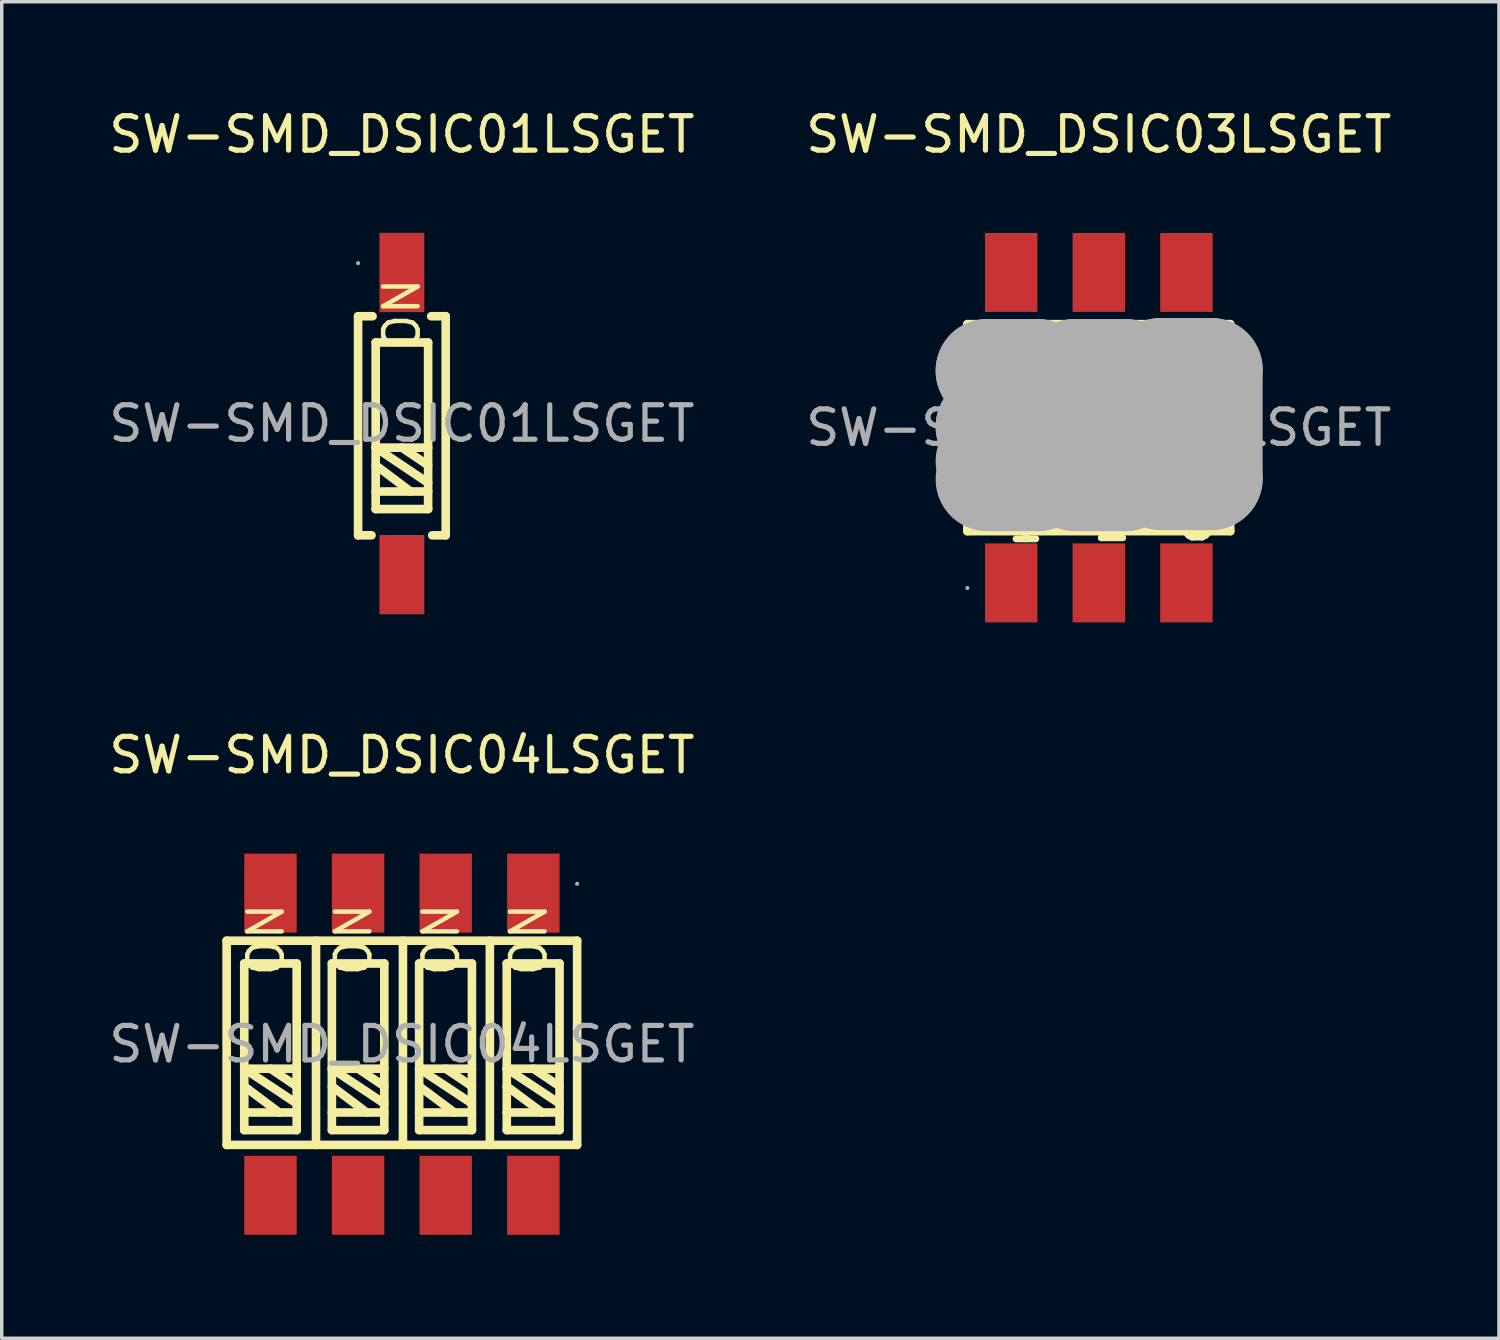
<source format=kicad_pcb>
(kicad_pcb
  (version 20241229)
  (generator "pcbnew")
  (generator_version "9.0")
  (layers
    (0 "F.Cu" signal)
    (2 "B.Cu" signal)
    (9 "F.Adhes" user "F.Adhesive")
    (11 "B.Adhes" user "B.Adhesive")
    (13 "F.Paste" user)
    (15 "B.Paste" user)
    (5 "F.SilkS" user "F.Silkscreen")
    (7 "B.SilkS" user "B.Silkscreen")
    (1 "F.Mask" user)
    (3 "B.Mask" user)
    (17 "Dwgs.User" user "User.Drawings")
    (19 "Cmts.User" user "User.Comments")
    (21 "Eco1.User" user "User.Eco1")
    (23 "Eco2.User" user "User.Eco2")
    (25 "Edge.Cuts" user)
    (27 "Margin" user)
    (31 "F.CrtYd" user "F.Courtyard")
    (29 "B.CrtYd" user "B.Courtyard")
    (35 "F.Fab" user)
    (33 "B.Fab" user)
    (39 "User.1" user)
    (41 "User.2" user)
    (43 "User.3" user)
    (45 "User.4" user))
  (footprint "SW-SMD_DSIC03LSGET"
    (layer "F.Cu")
    (at 28.804 9.348)
    (property "Reference" "SW-SMD_DSIC03LSGET" (at 0 -8.5 0) (layer "F.SilkS") (effects (font (size 1 1) (thickness 0.15))))
    (attr through_hole)
    (fp_line (start -3.81 -3) (end 3.81 -3) (stroke (width 0.25) (type solid)) (layer "F.SilkS"))
    (fp_line (start -3.81 3) (end -3.81 -3) (stroke (width 0.25) (type solid)) (layer "F.SilkS"))
    (fp_line (start -3.81 3) (end 3.81 3) (stroke (width 0.25) (type solid)) (layer "F.SilkS"))
    (fp_line (start 3.81 3) (end 3.81 -3) (stroke (width 0.25) (type solid)) (layer "F.SilkS"))
    (fp_line (start -3.23 -1.65) (end -3.23 -1.65) (stroke (width 3) (type solid)) (layer "F.Fab"))
    (fp_line (start -3.23 -1.65) (end -1.78 -1.65) (stroke (width 3) (type solid)) (layer "F.Fab"))
    (fp_line (start -3.23 -0.03) (end -3.23 -0.03) (stroke (width 3) (type solid)) (layer "F.Fab"))
    (fp_line (start -3.23 -0.03) (end -1.8 -0.03) (stroke (width 3) (type solid)) (layer "F.Fab"))
    (fp_line (start -1.8 -0.03) (end -1.8 0.97) (stroke (width 3) (type solid)) (layer "F.Fab"))
    (fp_line (start -1.8 0.97) (end -3.23 0.97) (stroke (width 3) (type solid)) (layer "F.Fab"))
    (fp_line (start -1.78 -1.65) (end -1.78 1.5) (stroke (width 3) (type solid)) (layer "F.Fab"))
    (fp_line (start -1.78 1.5) (end -3.23 1.5) (stroke (width 3) (type solid)) (layer "F.Fab"))
    (fp_line (start -0.69 -1.65) (end -0.69 -1.65) (stroke (width 3) (type solid)) (layer "F.Fab"))
    (fp_line (start -0.69 -1.65) (end 0.76 -1.65) (stroke (width 3) (type solid)) (layer "F.Fab"))
    (fp_line (start -0.69 -0.03) (end -0.69 -0.03) (stroke (width 3) (type solid)) (layer "F.Fab"))
    (fp_line (start -0.69 -0.03) (end 0.74 -0.03) (stroke (width 3) (type solid)) (layer "F.Fab"))
    (fp_line (start 0.74 -0.03) (end 0.74 0.97) (stroke (width 3) (type solid)) (layer "F.Fab"))
    (fp_line (start 0.74 0.97) (end -0.69 0.97) (stroke (width 3) (type solid)) (layer "F.Fab"))
    (fp_line (start 0.76 -1.65) (end 0.76 1.5) (stroke (width 3) (type solid)) (layer "F.Fab"))
    (fp_line (start 0.76 1.5) (end -0.69 1.5) (stroke (width 3) (type solid)) (layer "F.Fab"))
    (fp_line (start 1.8 -1.68) (end 1.8 -1.68) (stroke (width 3) (type solid)) (layer "F.Fab"))
    (fp_line (start 1.8 -1.68) (end 3.25 -1.68) (stroke (width 3) (type solid)) (layer "F.Fab"))
    (fp_line (start 1.8 -0.05) (end 1.8 -0.05) (stroke (width 3) (type solid)) (layer "F.Fab"))
    (fp_line (start 1.8 -0.05) (end 3.23 -0.05) (stroke (width 3) (type solid)) (layer "F.Fab"))
    (fp_line (start 3.23 -0.05) (end 3.23 0.94) (stroke (width 3) (type solid)) (layer "F.Fab"))
    (fp_line (start 3.23 0.94) (end 1.8 0.94) (stroke (width 3) (type solid)) (layer "F.Fab"))
    (fp_line (start 3.25 -1.68) (end 3.25 1.47) (stroke (width 3) (type solid)) (layer "F.Fab"))
    (fp_line (start 3.25 1.47) (end 1.8 1.47) (stroke (width 3) (type solid)) (layer "F.Fab"))
    (fp_circle (center -3.81 4.65) (end -3.78 4.65) (stroke (width 0.06) (type solid)) (fill no) (layer "F.Fab"))
    (fp_text user "1" (at -2.72 2.77 0) (layer "F.SilkS") (effects (font (size 1 1) (thickness 0.2)) (justify left)))
    (fp_text user "ON" (at -3.53 -2.34 0) (layer "F.SilkS") (effects (font (size 1 1) (thickness 0.13)) (justify left)))
    (fp_text user "3" (at 2.29 2.72 0) (layer "F.SilkS") (effects (font (size 1 1) (thickness 0.2)) (justify left)))
    (fp_text user "2" (at -0.2 2.74 0) (layer "F.SilkS") (effects (font (size 1 1) (thickness 0.2)) (justify left)))
    (fp_text user "${REFERENCE}" (at 0 0 0) (layer "F.Fab") (effects (font (size 1 1) (thickness 0.15))))
    (pad "1" smd rect (at -2.54 4.5 90) (size 2.29 1.52) (layers "F.Cu" "F.Mask" "F.Paste"))
    (pad "2" smd rect (at 0 4.5 90) (size 2.29 1.52) (layers "F.Cu" "F.Mask" "F.Paste"))
    (pad "3" smd rect (at 2.54 4.5 90) (size 2.29 1.52) (layers "F.Cu" "F.Mask" "F.Paste"))
    (pad "4" smd rect (at 2.54 -4.5 90) (size 2.29 1.52) (layers "F.Cu" "F.Mask" "F.Paste"))
    (pad "5" smd rect (at 0 -4.5 90) (size 2.29 1.52) (layers "F.Cu" "F.Mask" "F.Paste"))
    (pad "6" smd rect (at -2.54 -4.5 90) (size 2.29 1.52) (layers "F.Cu" "F.Mask" "F.Paste")))
  (footprint "SW-SMD_DSIC04LSGET"
    (layer "F.Cu")
    (at 8.601 27.221)
    (property "Reference" "SW-SMD_DSIC04LSGET" (at 0 -8.38 0) (layer "F.SilkS") (effects (font (size 1 1) (thickness 0.15))))
    (attr through_hole)
    (fp_line (start -5.08 -3) (end -5.08 2.92) (stroke (width 0.25) (type solid)) (layer "F.SilkS"))
    (fp_line (start -5.08 -3) (end 5.08 -3) (stroke (width 0.25) (type solid)) (layer "F.SilkS"))
    (fp_line (start -5.08 2.92) (end 5.08 2.92) (stroke (width 0.25) (type solid)) (layer "F.SilkS"))
    (fp_line (start -4.57 -2.34) (end -3.05 -2.34) (stroke (width 0.25) (type solid)) (layer "F.SilkS"))
    (fp_line (start -4.57 0.71) (end -3.05 0.71) (stroke (width 0.25) (type solid)) (layer "F.SilkS"))
    (fp_line (start -4.57 1.22) (end -3.56 1.98) (stroke (width 0.25) (type solid)) (layer "F.SilkS"))
    (fp_line (start -4.57 1.98) (end -3.05 1.98) (stroke (width 0.25) (type solid)) (layer "F.SilkS"))
    (fp_line (start -4.57 2.49) (end -4.57 -2.34) (stroke (width 0.25) (type solid)) (layer "F.SilkS"))
    (fp_line (start -3.81 0.71) (end -3.05 1.22) (stroke (width 0.25) (type solid)) (layer "F.SilkS"))
    (fp_line (start -3.05 -2.34) (end -3.05 2.49) (stroke (width 0.25) (type solid)) (layer "F.SilkS"))
    (fp_line (start -3.05 1.72) (end -4.57 0.71) (stroke (width 0.25) (type solid)) (layer "F.SilkS"))
    (fp_line (start -3.05 2.49) (end -4.57 2.49) (stroke (width 0.25) (type solid)) (layer "F.SilkS"))
    (fp_line (start -2.49 2.92) (end -2.49 -3) (stroke (width 0.25) (type solid)) (layer "F.SilkS"))
    (fp_line (start -2.03 -2.34) (end -2.03 2.49) (stroke (width 0.25) (type solid)) (layer "F.SilkS"))
    (fp_line (start -2.03 0.71) (end -0.51 1.72) (stroke (width 0.25) (type solid)) (layer "F.SilkS"))
    (fp_line (start -2.03 1.22) (end -1.02 1.98) (stroke (width 0.25) (type solid)) (layer "F.SilkS"))
    (fp_line (start -2.03 1.98) (end -0.51 1.98) (stroke (width 0.25) (type solid)) (layer "F.SilkS"))
    (fp_line (start -2.03 2.49) (end -0.51 2.49) (stroke (width 0.25) (type solid)) (layer "F.SilkS"))
    (fp_line (start -1.27 0.71) (end -0.51 1.22) (stroke (width 0.25) (type solid)) (layer "F.SilkS"))
    (fp_line (start -0.51 -2.34) (end -2.03 -2.34) (stroke (width 0.25) (type solid)) (layer "F.SilkS"))
    (fp_line (start -0.51 0.71) (end -2.03 0.71) (stroke (width 0.25) (type solid)) (layer "F.SilkS"))
    (fp_line (start -0.51 2.49) (end -0.51 -2.34) (stroke (width 0.25) (type solid)) (layer "F.SilkS"))
    (fp_line (start 0.03 -3) (end 0.03 2.92) (stroke (width 0.25) (type solid)) (layer "F.SilkS"))
    (fp_line (start 0.5 -2.34) (end 2.03 -2.34) (stroke (width 0.25) (type solid)) (layer "F.SilkS"))
    (fp_line (start 0.5 0.71) (end 2.03 0.71) (stroke (width 0.25) (type solid)) (layer "F.SilkS"))
    (fp_line (start 0.5 1.22) (end 1.52 1.98) (stroke (width 0.25) (type solid)) (layer "F.SilkS"))
    (fp_line (start 0.5 1.98) (end 2.03 1.98) (stroke (width 0.25) (type solid)) (layer "F.SilkS"))
    (fp_line (start 0.5 2.49) (end 0.5 -2.34) (stroke (width 0.25) (type solid)) (layer "F.SilkS"))
    (fp_line (start 1.27 0.71) (end 2.03 1.22) (stroke (width 0.25) (type solid)) (layer "F.SilkS"))
    (fp_line (start 2.03 -2.34) (end 2.03 2.49) (stroke (width 0.25) (type solid)) (layer "F.SilkS"))
    (fp_line (start 2.03 1.72) (end 0.5 0.71) (stroke (width 0.25) (type solid)) (layer "F.SilkS"))
    (fp_line (start 2.03 2.49) (end 0.5 2.49) (stroke (width 0.25) (type solid)) (layer "F.SilkS"))
    (fp_line (start 2.55 2.92) (end 2.55 -3) (stroke (width 0.25) (type solid)) (layer "F.SilkS"))
    (fp_line (start 3.04 -2.34) (end 3.04 2.49) (stroke (width 0.25) (type solid)) (layer "F.SilkS"))
    (fp_line (start 3.04 0.71) (end 4.57 1.72) (stroke (width 0.25) (type solid)) (layer "F.SilkS"))
    (fp_line (start 3.04 1.22) (end 4.06 1.98) (stroke (width 0.25) (type solid)) (layer "F.SilkS"))
    (fp_line (start 3.04 1.98) (end 4.57 1.98) (stroke (width 0.25) (type solid)) (layer "F.SilkS"))
    (fp_line (start 3.04 2.49) (end 4.57 2.49) (stroke (width 0.25) (type solid)) (layer "F.SilkS"))
    (fp_line (start 3.81 0.71) (end 4.57 1.22) (stroke (width 0.25) (type solid)) (layer "F.SilkS"))
    (fp_line (start 4.57 -2.34) (end 3.04 -2.34) (stroke (width 0.25) (type solid)) (layer "F.SilkS"))
    (fp_line (start 4.57 0.71) (end 3.04 0.71) (stroke (width 0.25) (type solid)) (layer "F.SilkS"))
    (fp_line (start 4.57 2.49) (end 4.57 -2.34) (stroke (width 0.25) (type solid)) (layer "F.SilkS"))
    (fp_line (start 5.08 2.92) (end 5.08 -3) (stroke (width 0.25) (type solid)) (layer "F.SilkS"))
    (fp_circle (center 5.08 -4.65) (end 5.11 -4.65) (stroke (width 0.06) (type solid)) (fill no) (layer "F.Fab"))
    (fp_text user "ON" (at -1.4 -1.9 270) (layer "F.SilkS") (effects (font (size 1 1) (thickness 0.13)) (justify left)))
    (fp_text user "ON" (at 3.68 -1.9 270) (layer "F.SilkS") (effects (font (size 1 1) (thickness 0.13)) (justify left)))
    (fp_text user "ON" (at 1.14 -1.9 270) (layer "F.SilkS") (effects (font (size 1 1) (thickness 0.13)) (justify left)))
    (fp_text user "ON" (at -3.94 -1.9 270) (layer "F.SilkS") (effects (font (size 1 1) (thickness 0.13)) (justify left)))
    (fp_text user "${REFERENCE}" (at 0 0 0) (layer "F.Fab") (effects (font (size 1 1) (thickness 0.15))))
    (pad "1" smd rect (at 3.81 -4.38 270) (size 2.29 1.52) (layers "F.Cu" "F.Mask" "F.Paste"))
    (pad "2" smd rect (at 1.27 -4.38 270) (size 2.29 1.52) (layers "F.Cu" "F.Mask" "F.Paste"))
    (pad "3" smd rect (at -1.27 -4.38 270) (size 2.29 1.52) (layers "F.Cu" "F.Mask" "F.Paste"))
    (pad "4" smd rect (at -3.81 -4.38 270) (size 2.29 1.52) (layers "F.Cu" "F.Mask" "F.Paste"))
    (pad "5" smd rect (at -3.81 4.38 270) (size 2.29 1.52) (layers "F.Cu" "F.Mask" "F.Paste"))
    (pad "6" smd rect (at -1.27 4.38 270) (size 2.29 1.52) (layers "F.Cu" "F.Mask" "F.Paste"))
    (pad "7" smd rect (at 1.27 4.38 270) (size 2.29 1.52) (layers "F.Cu" "F.Mask" "F.Paste"))
    (pad "8" smd rect (at 3.81 4.38 270) (size 2.29 1.52) (layers "F.Cu" "F.Mask" "F.Paste")))
  (footprint "SW-SMD_DSIC01LSGET"
    (layer "F.Cu")
    (at 8.601 9.228)
    (property "Reference" "SW-SMD_DSIC01LSGET" (at 0 -8.38 0) (layer "F.SilkS") (effects (font (size 1 1) (thickness 0.15))))
    (attr through_hole)
    (fp_line (start -1.27 -3.11) (end -0.85 -3.11) (stroke (width 0.25) (type solid)) (layer "F.SilkS"))
    (fp_line (start -1.27 3.24) (end -1.27 -3.11) (stroke (width 0.25) (type solid)) (layer "F.SilkS"))
    (fp_line (start -1.27 3.24) (end -0.88 3.24) (stroke (width 0.25) (type solid)) (layer "F.SilkS"))
    (fp_line (start -0.76 -2.35) (end 0.76 -2.35) (stroke (width 0.25) (type solid)) (layer "F.SilkS"))
    (fp_line (start -0.76 0.7) (end 0.76 0.7) (stroke (width 0.25) (type solid)) (layer "F.SilkS"))
    (fp_line (start -0.76 1.21) (end 0.25 1.97) (stroke (width 0.25) (type solid)) (layer "F.SilkS"))
    (fp_line (start -0.76 1.97) (end 0.76 1.97) (stroke (width 0.25) (type solid)) (layer "F.SilkS"))
    (fp_line (start -0.76 2.48) (end -0.76 -2.35) (stroke (width 0.25) (type solid)) (layer "F.SilkS"))
    (fp_line (start 0 0.7) (end 0.76 1.21) (stroke (width 0.25) (type solid)) (layer "F.SilkS"))
    (fp_line (start 0.76 -2.35) (end 0.76 2.48) (stroke (width 0.25) (type solid)) (layer "F.SilkS"))
    (fp_line (start 0.76 1.72) (end -0.76 0.7) (stroke (width 0.25) (type solid)) (layer "F.SilkS"))
    (fp_line (start 0.76 2.48) (end -0.76 2.48) (stroke (width 0.25) (type solid)) (layer "F.SilkS"))
    (fp_line (start 0.85 -3.11) (end 1.27 -3.11) (stroke (width 0.25) (type solid)) (layer "F.SilkS"))
    (fp_line (start 0.88 3.24) (end 1.27 3.24) (stroke (width 0.25) (type solid)) (layer "F.SilkS"))
    (fp_line (start 1.27 -3.11) (end 1.27 3.24) (stroke (width 0.25) (type solid)) (layer "F.SilkS"))
    (fp_circle (center -1.27 -4.65) (end -1.24 -4.65) (stroke (width 0.06) (type solid)) (fill no) (layer "F.Fab"))
    (fp_text user "ON" (at 0 -2.03 270) (layer "F.SilkS") (effects (font (size 1 1) (thickness 0.13)) (justify left)))
    (fp_text user "${REFERENCE}" (at 0 0 0) (layer "F.Fab") (effects (font (size 1 1) (thickness 0.15))))
    (pad "1" smd rect (at 0 -4.38) (size 1.3 2.3) (layers "F.Cu" "F.Mask" "F.Paste"))
    (pad "2" smd rect (at 0 4.38) (size 1.3 2.3) (layers "F.Cu" "F.Mask" "F.Paste")))
  (gr_rect
    (start -3 -3)
    (end 40.405 35.746)
    (stroke (width 0.1) (type default))
    (fill no)
    (layer "Edge.Cuts")))
</source>
